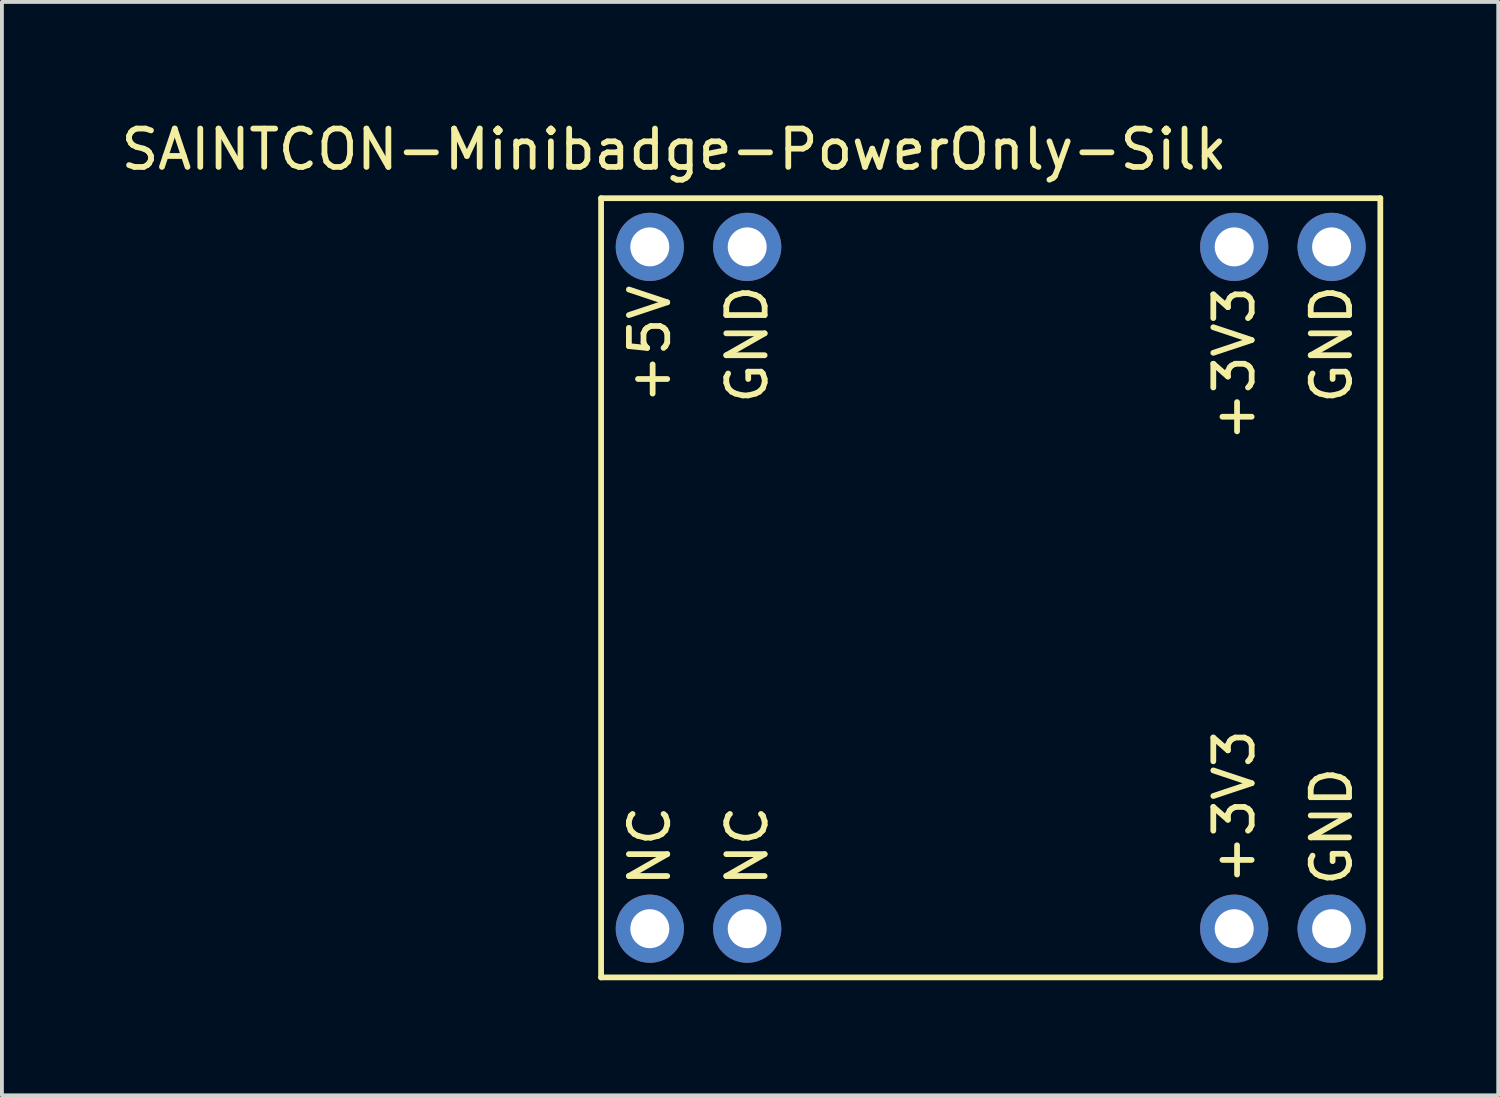
<source format=kicad_pcb>
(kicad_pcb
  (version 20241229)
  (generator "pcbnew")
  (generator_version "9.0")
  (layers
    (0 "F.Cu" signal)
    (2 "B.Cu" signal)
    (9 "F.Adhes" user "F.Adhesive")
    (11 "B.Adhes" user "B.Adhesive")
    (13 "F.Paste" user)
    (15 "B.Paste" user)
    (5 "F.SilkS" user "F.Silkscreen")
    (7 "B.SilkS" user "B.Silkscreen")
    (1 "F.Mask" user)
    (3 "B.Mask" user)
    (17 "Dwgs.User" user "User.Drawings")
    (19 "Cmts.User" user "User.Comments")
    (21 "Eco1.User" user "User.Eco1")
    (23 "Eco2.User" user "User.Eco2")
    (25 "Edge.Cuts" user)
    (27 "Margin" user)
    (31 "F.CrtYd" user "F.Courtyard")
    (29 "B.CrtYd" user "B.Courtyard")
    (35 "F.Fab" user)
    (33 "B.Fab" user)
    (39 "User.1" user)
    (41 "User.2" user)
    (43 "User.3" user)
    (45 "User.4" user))
  (footprint "SAINTCON-Minibadge-PowerOnly-Silk"
    (layer "F.Cu")
    (at 12.625 2.118)
    (property "Reference" "SAINTCON-Minibadge-PowerOnly-Silk" (at 1.905 -1.27 0) (layer "F.SilkS") (effects (font (size 1 1) (thickness 0.15))))
    (attr through_hole)
    (fp_line (start 0 0) (end 0 20.32) (stroke (width 0.15) (type solid)) (layer "F.SilkS"))
    (fp_line (start 0 20.32) (end 20.32 20.32) (stroke (width 0.15) (type solid)) (layer "F.SilkS"))
    (fp_line (start 20.32 0) (end 0 0) (stroke (width 0.15) (type solid)) (layer "F.SilkS"))
    (fp_line (start 20.32 20.32) (end 20.32 0) (stroke (width 0.15) (type solid)) (layer "F.SilkS"))
    (fp_text user "+3V3" (at 16.51 15.875 90) (layer "F.SilkS") (effects (font (size 1 1) (thickness 0.15))))
    (fp_text user "NC" (at 3.81 16.891 90) (layer "F.SilkS") (effects (font (size 1 1) (thickness 0.15))))
    (fp_text user "NC" (at 1.27 16.891 90) (layer "F.SilkS") (effects (font (size 1 1) (thickness 0.15))))
    (fp_text user "GND" (at 3.81 3.81 90) (layer "F.SilkS") (effects (font (size 1 1) (thickness 0.15))))
    (fp_text user "GND" (at 19.05 3.81 90) (layer "F.SilkS") (effects (font (size 1 1) (thickness 0.15))))
    (fp_text user "+3V3" (at 16.51 4.318 90) (layer "F.SilkS") (effects (font (size 1 1) (thickness 0.15))))
    (fp_text user "+5V" (at 1.27 3.81 90) (layer "F.SilkS") (effects (font (size 1 1) (thickness 0.15))))
    (fp_text user "GND" (at 19.05 16.383 90) (layer "F.SilkS") (effects (font (size 1 1) (thickness 0.15))))
    (pad "1" thru_hole circle (at 1.27 1.27 90) (size 1.778 1.778) (drill 1.016) (layers "*.Cu" "*.Mask"))
    (pad "2" thru_hole circle (at 3.81 1.27 90) (size 1.778 1.778) (drill 1.016) (layers "*.Cu" "*.Mask"))
    (pad "7" thru_hole circle (at 16.51 1.27 90) (size 1.778 1.778) (drill 1.016) (layers "*.Cu" "*.Mask"))
    (pad "8" thru_hole circle (at 19.05 1.27 90) (size 1.778 1.778) (drill 1.016) (layers "*.Cu" "*.Mask"))
    (pad "9" thru_hole circle (at 1.27 19.05 90) (size 1.778 1.778) (drill 1.016) (layers "*.Cu" "*.Mask"))
    (pad "10" thru_hole circle (at 3.81 19.05 90) (size 1.778 1.778) (drill 1.016) (layers "*.Cu" "*.Mask"))
    (pad "15" thru_hole circle (at 16.51 19.05 90) (size 1.778 1.778) (drill 1.016) (layers "*.Cu" "*.Mask"))
    (pad "16" thru_hole circle (at 19.05 19.05 90) (size 1.778 1.778) (drill 1.016) (layers "*.Cu" "*.Mask")))
  (gr_rect
    (start -3 -3)
    (end 36.02 25.513)
    (stroke (width 0.1) (type default))
    (fill no)
    (layer "Edge.Cuts")))
</source>
